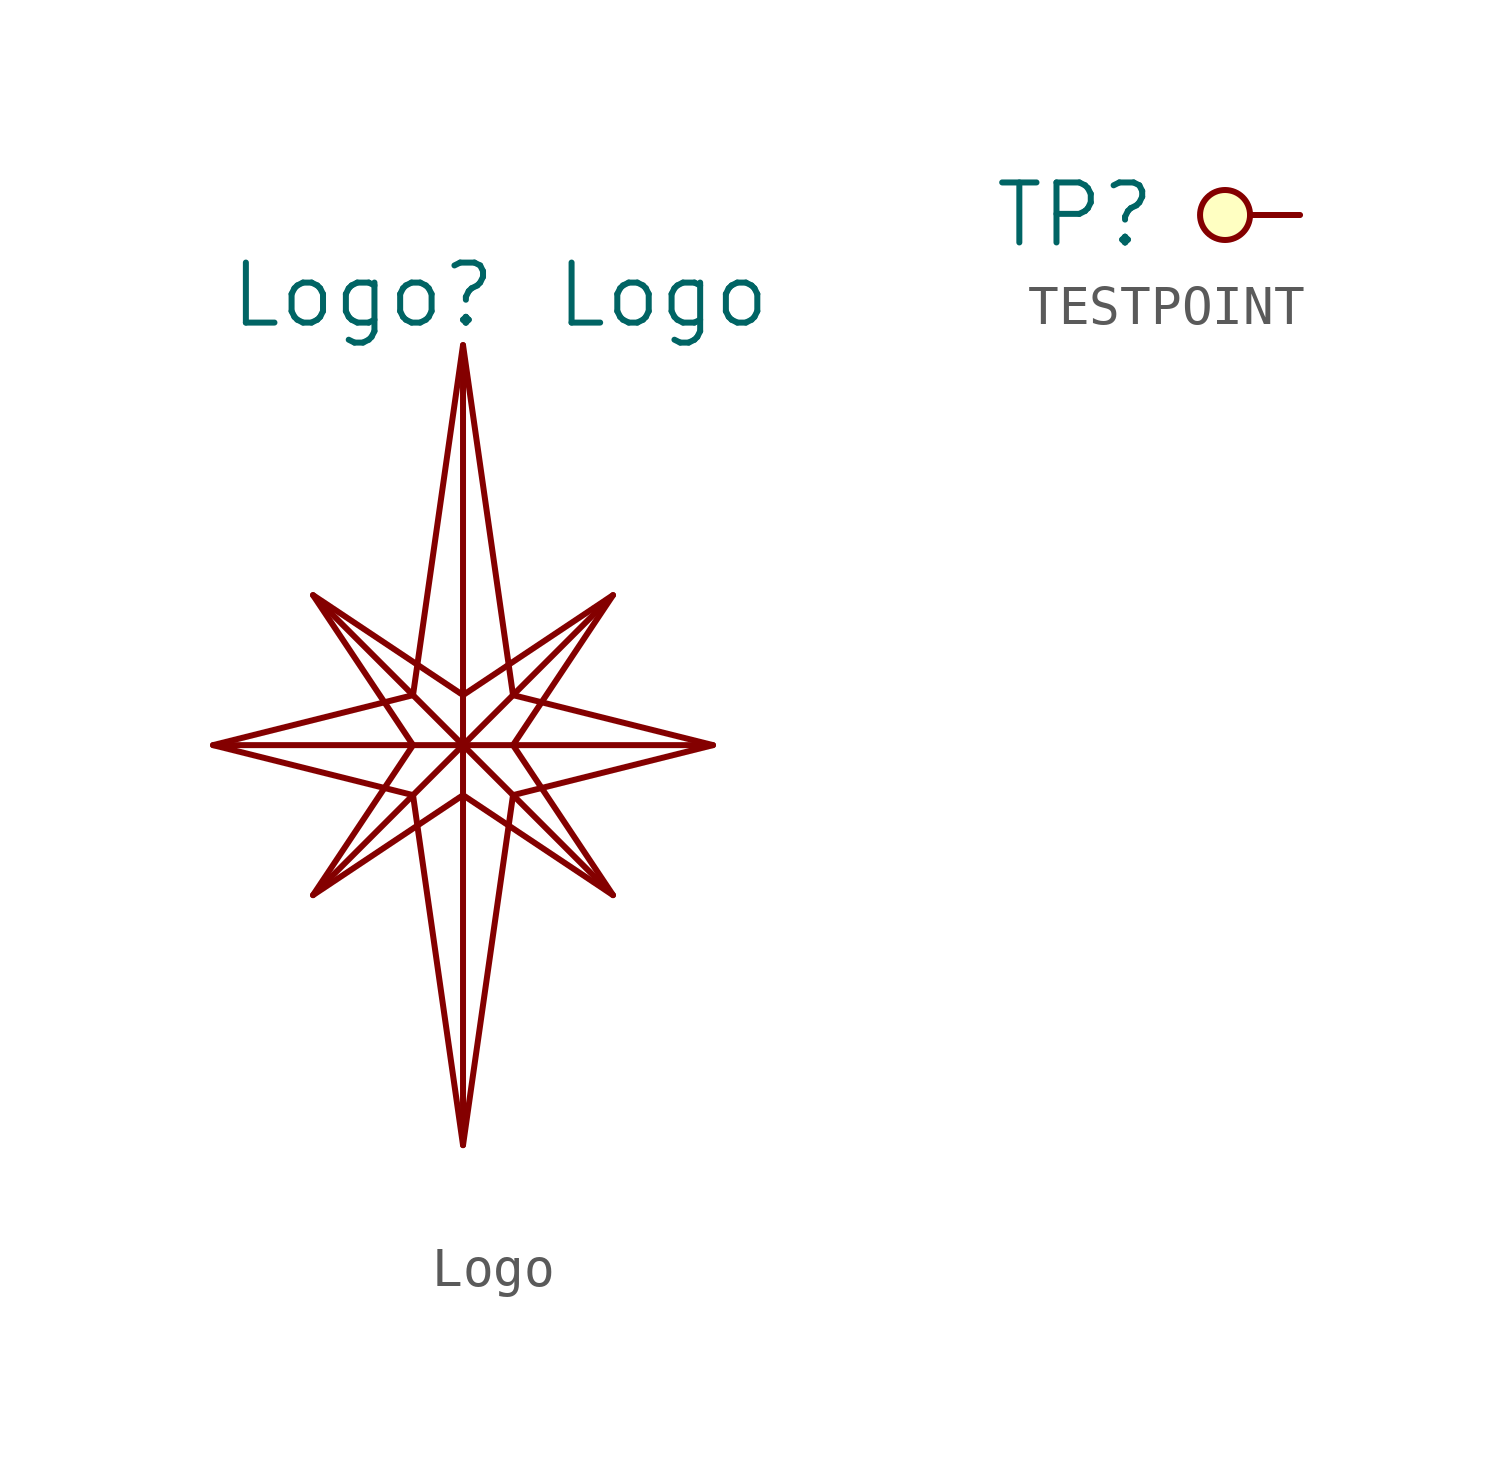
<source format=kicad_sym>
(kicad_symbol_lib
  (version 20211014)
  (generator kicad_symbol_editor)
  (symbol "Logo"
    (pin_names
      (offset 1.016))
    (property "Reference" "Logo"
      (at -2.54 11.43 0)
      (effects (font (size 1.524 1.524))))
    (property "Value" "Logo"
      (at 5.08 11.43 0)
      (effects (font (size 1.524 1.524))))
    (property "Footprint" ""
      (at 0 0 0)
      (effects (font (size 1.524 1.524))))
    (property "Datasheet" ""
      (at 0 0 0)
      (effects (font (size 1.524 1.524))))
    (symbol "Logo_0_1"
      (polyline (pts (xy -6.35 0) (xy 6.35 0)) (stroke (width 0) (type default) (color 0 0 0 0)) (fill (type none)))
      (polyline (pts (xy -3.81 3.81) (xy 3.81 -3.81)) (stroke (width 0) (type default) (color 0 0 0 0)) (fill (type none)))
      (polyline (pts (xy 0 10.16) (xy 0 -10.16)) (stroke (width 0) (type default) (color 0 0 0 0)) (fill (type none)))
      (polyline (pts (xy 3.81 3.81) (xy -3.81 -3.81)) (stroke (width 0) (type default) (color 0 0 0 0)) (fill (type none)))
      (polyline (pts (xy -1.27 1.27) (xy 0 10.16) (xy 1.27 1.27) (xy 6.35 0) (xy 1.27 -1.27) (xy 0 -10.16) (xy -1.27 -1.27) (xy -6.35 0) (xy -1.27 1.27)) (stroke (width 0) (type default) (color 0 0 0 0)) (fill (type none)))
      (polyline (pts (xy 0 1.27) (xy 3.81 3.81) (xy 1.27 0) (xy 3.81 -3.81) (xy 0 -1.27) (xy -3.81 -3.81) (xy -1.27 0) (xy -3.81 3.81) (xy 0 1.27)) (stroke (width 0) (type default) (color 0 0 0 0)) (fill (type none)))))
  (symbol "TESTPOINT"
    (pin_numbers hide)
    (pin_names
      (offset 1.016))
    (property "Reference" "TP"
      (at -5.715 0 0)
      (effects (font (size 1.524 1.524))))
    (symbol "TESTPOINT_0_1"
      (circle (center -1.905 0) (radius 0.635) (stroke (width 0) (type default) (color 0 0 0 0)) (fill (type background))))
    (symbol "TESTPOINT_1_1"
      (pin passive line (at 0 0 180) (length 1.27) (name "~" (effects (font (size 1.27 1.27)))) (number "1" (effects (font (size 1.27 1.27))))))))
</source>
